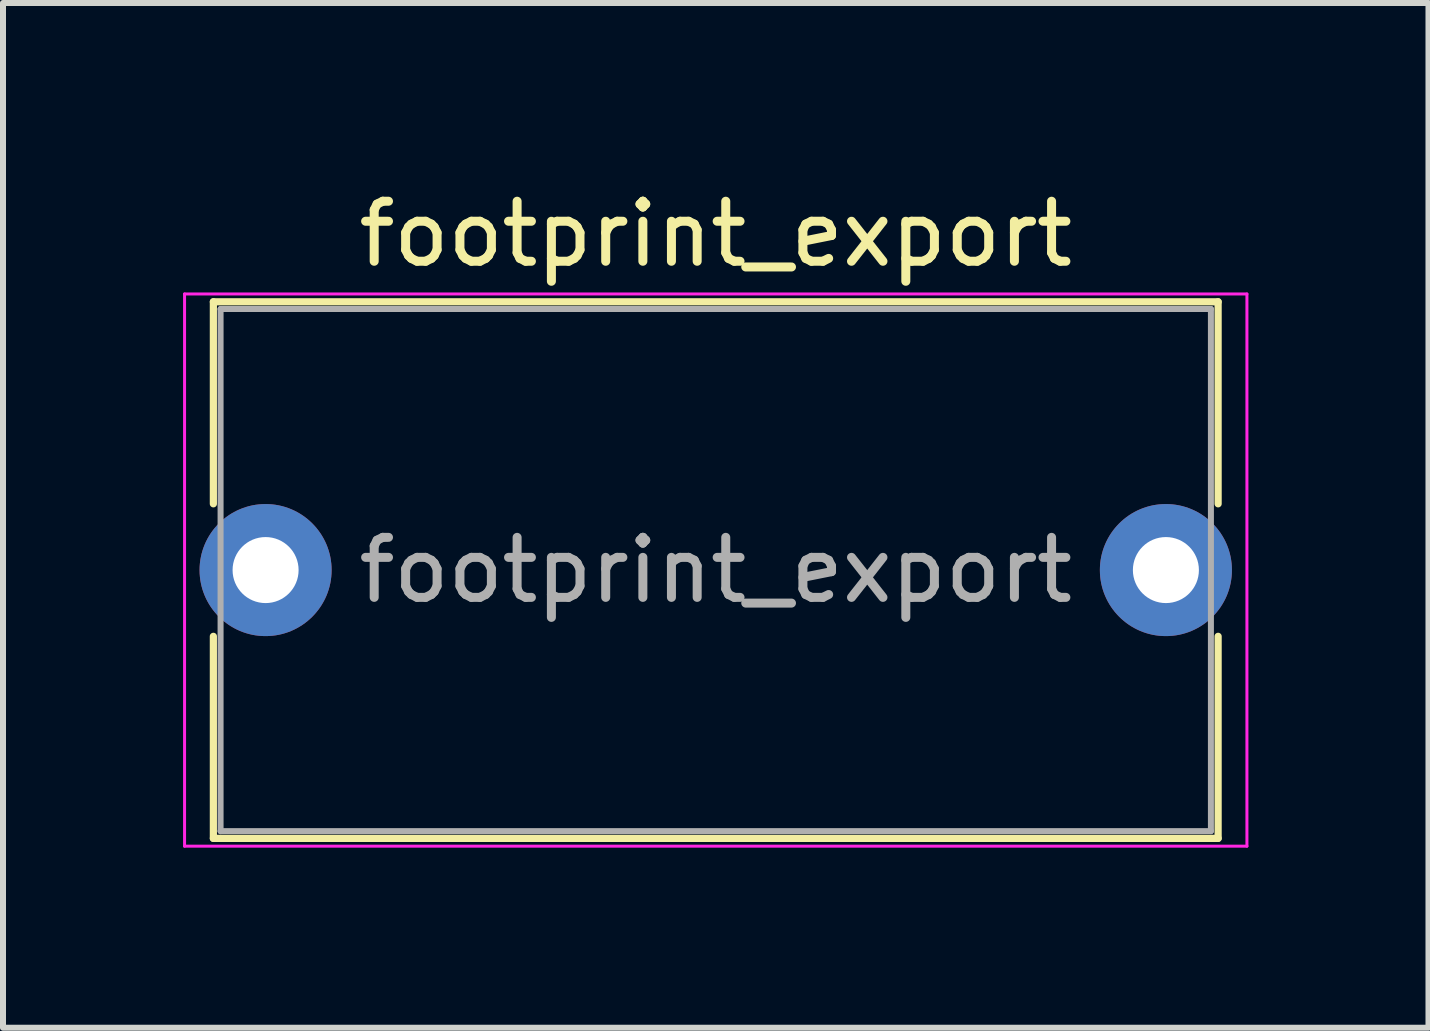
<source format=kicad_pcb>
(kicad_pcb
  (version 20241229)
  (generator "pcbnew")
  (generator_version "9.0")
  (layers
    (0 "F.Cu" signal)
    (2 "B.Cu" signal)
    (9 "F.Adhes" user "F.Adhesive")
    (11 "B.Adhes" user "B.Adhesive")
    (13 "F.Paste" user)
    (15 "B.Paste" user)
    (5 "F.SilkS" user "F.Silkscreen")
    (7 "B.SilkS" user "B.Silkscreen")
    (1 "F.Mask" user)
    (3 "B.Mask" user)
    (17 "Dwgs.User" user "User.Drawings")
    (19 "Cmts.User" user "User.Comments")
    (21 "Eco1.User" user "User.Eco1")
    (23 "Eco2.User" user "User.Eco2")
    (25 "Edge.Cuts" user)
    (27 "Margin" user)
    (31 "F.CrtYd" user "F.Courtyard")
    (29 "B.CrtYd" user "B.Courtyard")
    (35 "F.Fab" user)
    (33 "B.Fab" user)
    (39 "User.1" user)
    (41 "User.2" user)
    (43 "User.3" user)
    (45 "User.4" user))
  (footprint "footprint_export"
    (layer "F.Cu")
    (at 1.375 6.448)
    (property "Reference" "footprint_export" (at 7.5 -5.6 0) (layer "F.SilkS") (effects (font (size 1 1) (thickness 0.15))))
    (attr through_hole)
    (fp_line (start -0.87 -4.47) (end -0.87 -1.104) (stroke (width 0.12) (type solid)) (layer "F.SilkS"))
    (fp_line (start -0.87 -4.47) (end 15.87 -4.47) (stroke (width 0.12) (type solid)) (layer "F.SilkS"))
    (fp_line (start -0.87 1.104) (end -0.87 4.47) (stroke (width 0.12) (type solid)) (layer "F.SilkS"))
    (fp_line (start -0.87 4.47) (end 15.87 4.47) (stroke (width 0.12) (type solid)) (layer "F.SilkS"))
    (fp_line (start 15.87 -4.47) (end 15.87 -1.104) (stroke (width 0.12) (type solid)) (layer "F.SilkS"))
    (fp_line (start 15.87 1.104) (end 15.87 4.47) (stroke (width 0.12) (type solid)) (layer "F.SilkS"))
    (fp_line (start -1.35 -4.6) (end -1.35 4.6) (stroke (width 0.05) (type solid)) (layer "F.CrtYd"))
    (fp_line (start -1.35 4.6) (end 16.35 4.6) (stroke (width 0.05) (type solid)) (layer "F.CrtYd"))
    (fp_line (start 16.35 -4.6) (end -1.35 -4.6) (stroke (width 0.05) (type solid)) (layer "F.CrtYd"))
    (fp_line (start 16.35 4.6) (end 16.35 -4.6) (stroke (width 0.05) (type solid)) (layer "F.CrtYd"))
    (fp_line (start -0.75 -4.35) (end -0.75 4.35) (stroke (width 0.1) (type solid)) (layer "F.Fab"))
    (fp_line (start -0.75 4.35) (end 15.75 4.35) (stroke (width 0.1) (type solid)) (layer "F.Fab"))
    (fp_line (start 15.75 -4.35) (end -0.75 -4.35) (stroke (width 0.1) (type solid)) (layer "F.Fab"))
    (fp_line (start 15.75 4.35) (end 15.75 -4.35) (stroke (width 0.1) (type solid)) (layer "F.Fab"))
    (fp_text user "${REFERENCE}" (at 7.5 0 0) (layer "F.Fab") (effects (font (size 1 1) (thickness 0.15))))
    (pad "1" thru_hole circle (at 0 0) (size 2.2 2.2) (drill 1.1) (layers "*.Cu" "*.Mask"))
    (pad "2" thru_hole circle (at 15 0) (size 2.2 2.2) (drill 1.1) (layers "*.Cu" "*.Mask")))
  (gr_rect
    (start -3 -3)
    (end 20.75 14.073)
    (stroke (width 0.1) (type default))
    (fill no)
    (layer "Edge.Cuts")))
</source>
